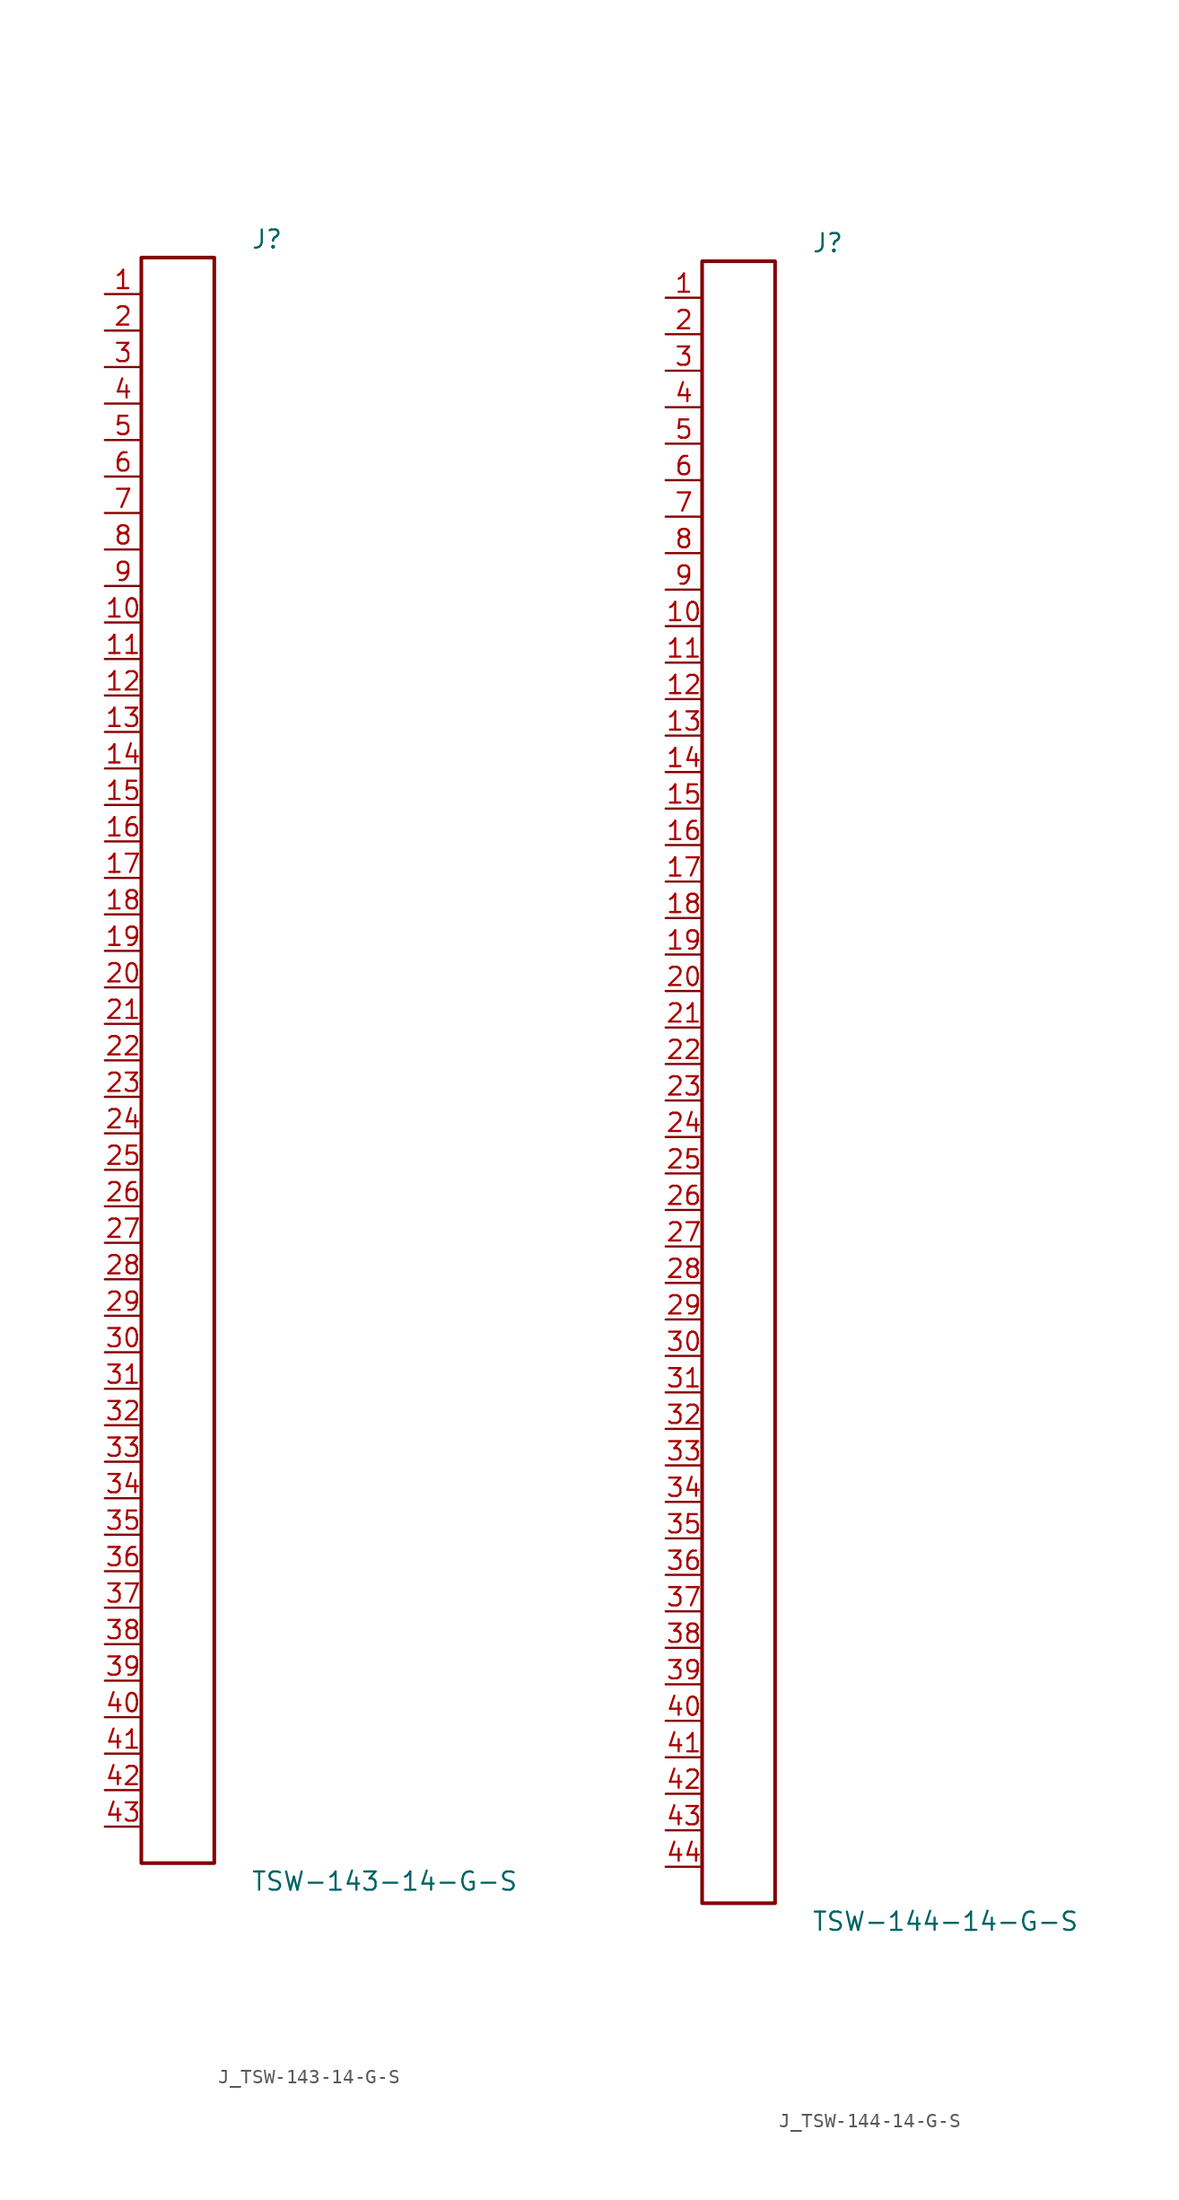
<source format=kicad_sym>
(kicad_symbol_lib
  (version 20231120)
  (generator kicad_symbol_editor)
  (generator_version 8.0)
  (symbol "J_TSW-143-14-G-S"
    (pin_names
      (offset 0.254))
    (property "Reference" "J"
      (at 5.08 57.15 0)
      (effects (font (size 1.27 1.27)) (justify left)))
    (property "Value" "TSW-143-14-G-S"
      (at 5.08 -57.15 0)
      (effects (font (size 1.27 1.27)) (justify left)))
    (symbol "J_TSW-143-14-G-S_0_0"
      (pin passive line (at -5.08 53.34 0) (length 2.54) (name "" (effects (font (size 1.27 1.27)))) (number "1" (effects (font (size 1.27 1.27)))))
      (pin passive line (at -5.08 50.8 0) (length 2.54) (name "" (effects (font (size 1.27 1.27)))) (number "2" (effects (font (size 1.27 1.27)))))
      (pin passive line (at -5.08 48.26 0) (length 2.54) (name "" (effects (font (size 1.27 1.27)))) (number "3" (effects (font (size 1.27 1.27)))))
      (pin passive line (at -5.08 45.72 0) (length 2.54) (name "" (effects (font (size 1.27 1.27)))) (number "4" (effects (font (size 1.27 1.27)))))
      (pin passive line (at -5.08 43.18 0) (length 2.54) (name "" (effects (font (size 1.27 1.27)))) (number "5" (effects (font (size 1.27 1.27)))))
      (pin passive line (at -5.08 40.64 0) (length 2.54) (name "" (effects (font (size 1.27 1.27)))) (number "6" (effects (font (size 1.27 1.27)))))
      (pin passive line (at -5.08 38.1 0) (length 2.54) (name "" (effects (font (size 1.27 1.27)))) (number "7" (effects (font (size 1.27 1.27)))))
      (pin passive line (at -5.08 35.56 0) (length 2.54) (name "" (effects (font (size 1.27 1.27)))) (number "8" (effects (font (size 1.27 1.27)))))
      (pin passive line (at -5.08 33.02 0) (length 2.54) (name "" (effects (font (size 1.27 1.27)))) (number "9" (effects (font (size 1.27 1.27)))))
      (pin passive line (at -5.08 30.48 0) (length 2.54) (name "" (effects (font (size 1.27 1.27)))) (number "10" (effects (font (size 1.27 1.27)))))
      (pin passive line (at -5.08 27.94 0) (length 2.54) (name "" (effects (font (size 1.27 1.27)))) (number "11" (effects (font (size 1.27 1.27)))))
      (pin passive line (at -5.08 25.4 0) (length 2.54) (name "" (effects (font (size 1.27 1.27)))) (number "12" (effects (font (size 1.27 1.27)))))
      (pin passive line (at -5.08 22.86 0) (length 2.54) (name "" (effects (font (size 1.27 1.27)))) (number "13" (effects (font (size 1.27 1.27)))))
      (pin passive line (at -5.08 20.32 0) (length 2.54) (name "" (effects (font (size 1.27 1.27)))) (number "14" (effects (font (size 1.27 1.27)))))
      (pin passive line (at -5.08 17.78 0) (length 2.54) (name "" (effects (font (size 1.27 1.27)))) (number "15" (effects (font (size 1.27 1.27)))))
      (pin passive line (at -5.08 15.24 0) (length 2.54) (name "" (effects (font (size 1.27 1.27)))) (number "16" (effects (font (size 1.27 1.27)))))
      (pin passive line (at -5.08 12.7 0) (length 2.54) (name "" (effects (font (size 1.27 1.27)))) (number "17" (effects (font (size 1.27 1.27)))))
      (pin passive line (at -5.08 10.16 0) (length 2.54) (name "" (effects (font (size 1.27 1.27)))) (number "18" (effects (font (size 1.27 1.27)))))
      (pin passive line (at -5.08 7.62 0) (length 2.54) (name "" (effects (font (size 1.27 1.27)))) (number "19" (effects (font (size 1.27 1.27)))))
      (pin passive line (at -5.08 5.08 0) (length 2.54) (name "" (effects (font (size 1.27 1.27)))) (number "20" (effects (font (size 1.27 1.27)))))
      (pin passive line (at -5.08 2.54 0) (length 2.54) (name "" (effects (font (size 1.27 1.27)))) (number "21" (effects (font (size 1.27 1.27)))))
      (pin passive line (at -5.08 0.0 0) (length 2.54) (name "" (effects (font (size 1.27 1.27)))) (number "22" (effects (font (size 1.27 1.27)))))
      (pin passive line (at -5.08 -2.54 0) (length 2.54) (name "" (effects (font (size 1.27 1.27)))) (number "23" (effects (font (size 1.27 1.27)))))
      (pin passive line (at -5.08 -5.08 0) (length 2.54) (name "" (effects (font (size 1.27 1.27)))) (number "24" (effects (font (size 1.27 1.27)))))
      (pin passive line (at -5.08 -7.62 0) (length 2.54) (name "" (effects (font (size 1.27 1.27)))) (number "25" (effects (font (size 1.27 1.27)))))
      (pin passive line (at -5.08 -10.16 0) (length 2.54) (name "" (effects (font (size 1.27 1.27)))) (number "26" (effects (font (size 1.27 1.27)))))
      (pin passive line (at -5.08 -12.7 0) (length 2.54) (name "" (effects (font (size 1.27 1.27)))) (number "27" (effects (font (size 1.27 1.27)))))
      (pin passive line (at -5.08 -15.24 0) (length 2.54) (name "" (effects (font (size 1.27 1.27)))) (number "28" (effects (font (size 1.27 1.27)))))
      (pin passive line (at -5.08 -17.78 0) (length 2.54) (name "" (effects (font (size 1.27 1.27)))) (number "29" (effects (font (size 1.27 1.27)))))
      (pin passive line (at -5.08 -20.32 0) (length 2.54) (name "" (effects (font (size 1.27 1.27)))) (number "30" (effects (font (size 1.27 1.27)))))
      (pin passive line (at -5.08 -22.86 0) (length 2.54) (name "" (effects (font (size 1.27 1.27)))) (number "31" (effects (font (size 1.27 1.27)))))
      (pin passive line (at -5.08 -25.4 0) (length 2.54) (name "" (effects (font (size 1.27 1.27)))) (number "32" (effects (font (size 1.27 1.27)))))
      (pin passive line (at -5.08 -27.94 0) (length 2.54) (name "" (effects (font (size 1.27 1.27)))) (number "33" (effects (font (size 1.27 1.27)))))
      (pin passive line (at -5.08 -30.48 0) (length 2.54) (name "" (effects (font (size 1.27 1.27)))) (number "34" (effects (font (size 1.27 1.27)))))
      (pin passive line (at -5.08 -33.02 0) (length 2.54) (name "" (effects (font (size 1.27 1.27)))) (number "35" (effects (font (size 1.27 1.27)))))
      (pin passive line (at -5.08 -35.56 0) (length 2.54) (name "" (effects (font (size 1.27 1.27)))) (number "36" (effects (font (size 1.27 1.27)))))
      (pin passive line (at -5.08 -38.1 0) (length 2.54) (name "" (effects (font (size 1.27 1.27)))) (number "37" (effects (font (size 1.27 1.27)))))
      (pin passive line (at -5.08 -40.64 0) (length 2.54) (name "" (effects (font (size 1.27 1.27)))) (number "38" (effects (font (size 1.27 1.27)))))
      (pin passive line (at -5.08 -43.18 0) (length 2.54) (name "" (effects (font (size 1.27 1.27)))) (number "39" (effects (font (size 1.27 1.27)))))
      (pin passive line (at -5.08 -45.72 0) (length 2.54) (name "" (effects (font (size 1.27 1.27)))) (number "40" (effects (font (size 1.27 1.27)))))
      (pin passive line (at -5.08 -48.26 0) (length 2.54) (name "" (effects (font (size 1.27 1.27)))) (number "41" (effects (font (size 1.27 1.27)))))
      (pin passive line (at -5.08 -50.8 0) (length 2.54) (name "" (effects (font (size 1.27 1.27)))) (number "42" (effects (font (size 1.27 1.27)))))
      (pin passive line (at -5.08 -53.34 0) (length 2.54) (name "" (effects (font (size 1.27 1.27)))) (number "43" (effects (font (size 1.27 1.27))))))
    (symbol "J_TSW-143-14-G-S_1_0"
      (rectangle (start -2.54 55.88) (end 2.54 -55.88) (stroke (width 0.254) (type solid)) (fill (type none)))))
  (symbol "J_TSW-144-14-G-S"
    (pin_names
      (offset 0.254))
    (property "Reference" "J"
      (at 5.08 58.42 0)
      (effects (font (size 1.27 1.27)) (justify left)))
    (property "Value" "TSW-144-14-G-S"
      (at 5.08 -58.42 0)
      (effects (font (size 1.27 1.27)) (justify left)))
    (symbol "J_TSW-144-14-G-S_0_0"
      (pin passive line (at -5.08 54.61 0) (length 2.54) (name "" (effects (font (size 1.27 1.27)))) (number "1" (effects (font (size 1.27 1.27)))))
      (pin passive line (at -5.08 52.07 0) (length 2.54) (name "" (effects (font (size 1.27 1.27)))) (number "2" (effects (font (size 1.27 1.27)))))
      (pin passive line (at -5.08 49.53 0) (length 2.54) (name "" (effects (font (size 1.27 1.27)))) (number "3" (effects (font (size 1.27 1.27)))))
      (pin passive line (at -5.08 46.99 0) (length 2.54) (name "" (effects (font (size 1.27 1.27)))) (number "4" (effects (font (size 1.27 1.27)))))
      (pin passive line (at -5.08 44.45 0) (length 2.54) (name "" (effects (font (size 1.27 1.27)))) (number "5" (effects (font (size 1.27 1.27)))))
      (pin passive line (at -5.08 41.91 0) (length 2.54) (name "" (effects (font (size 1.27 1.27)))) (number "6" (effects (font (size 1.27 1.27)))))
      (pin passive line (at -5.08 39.37 0) (length 2.54) (name "" (effects (font (size 1.27 1.27)))) (number "7" (effects (font (size 1.27 1.27)))))
      (pin passive line (at -5.08 36.83 0) (length 2.54) (name "" (effects (font (size 1.27 1.27)))) (number "8" (effects (font (size 1.27 1.27)))))
      (pin passive line (at -5.08 34.29 0) (length 2.54) (name "" (effects (font (size 1.27 1.27)))) (number "9" (effects (font (size 1.27 1.27)))))
      (pin passive line (at -5.08 31.75 0) (length 2.54) (name "" (effects (font (size 1.27 1.27)))) (number "10" (effects (font (size 1.27 1.27)))))
      (pin passive line (at -5.08 29.21 0) (length 2.54) (name "" (effects (font (size 1.27 1.27)))) (number "11" (effects (font (size 1.27 1.27)))))
      (pin passive line (at -5.08 26.67 0) (length 2.54) (name "" (effects (font (size 1.27 1.27)))) (number "12" (effects (font (size 1.27 1.27)))))
      (pin passive line (at -5.08 24.13 0) (length 2.54) (name "" (effects (font (size 1.27 1.27)))) (number "13" (effects (font (size 1.27 1.27)))))
      (pin passive line (at -5.08 21.59 0) (length 2.54) (name "" (effects (font (size 1.27 1.27)))) (number "14" (effects (font (size 1.27 1.27)))))
      (pin passive line (at -5.08 19.05 0) (length 2.54) (name "" (effects (font (size 1.27 1.27)))) (number "15" (effects (font (size 1.27 1.27)))))
      (pin passive line (at -5.08 16.51 0) (length 2.54) (name "" (effects (font (size 1.27 1.27)))) (number "16" (effects (font (size 1.27 1.27)))))
      (pin passive line (at -5.08 13.97 0) (length 2.54) (name "" (effects (font (size 1.27 1.27)))) (number "17" (effects (font (size 1.27 1.27)))))
      (pin passive line (at -5.08 11.43 0) (length 2.54) (name "" (effects (font (size 1.27 1.27)))) (number "18" (effects (font (size 1.27 1.27)))))
      (pin passive line (at -5.08 8.89 0) (length 2.54) (name "" (effects (font (size 1.27 1.27)))) (number "19" (effects (font (size 1.27 1.27)))))
      (pin passive line (at -5.08 6.35 0) (length 2.54) (name "" (effects (font (size 1.27 1.27)))) (number "20" (effects (font (size 1.27 1.27)))))
      (pin passive line (at -5.08 3.81 0) (length 2.54) (name "" (effects (font (size 1.27 1.27)))) (number "21" (effects (font (size 1.27 1.27)))))
      (pin passive line (at -5.08 1.27 0) (length 2.54) (name "" (effects (font (size 1.27 1.27)))) (number "22" (effects (font (size 1.27 1.27)))))
      (pin passive line (at -5.08 -1.27 0) (length 2.54) (name "" (effects (font (size 1.27 1.27)))) (number "23" (effects (font (size 1.27 1.27)))))
      (pin passive line (at -5.08 -3.81 0) (length 2.54) (name "" (effects (font (size 1.27 1.27)))) (number "24" (effects (font (size 1.27 1.27)))))
      (pin passive line (at -5.08 -6.35 0) (length 2.54) (name "" (effects (font (size 1.27 1.27)))) (number "25" (effects (font (size 1.27 1.27)))))
      (pin passive line (at -5.08 -8.89 0) (length 2.54) (name "" (effects (font (size 1.27 1.27)))) (number "26" (effects (font (size 1.27 1.27)))))
      (pin passive line (at -5.08 -11.43 0) (length 2.54) (name "" (effects (font (size 1.27 1.27)))) (number "27" (effects (font (size 1.27 1.27)))))
      (pin passive line (at -5.08 -13.97 0) (length 2.54) (name "" (effects (font (size 1.27 1.27)))) (number "28" (effects (font (size 1.27 1.27)))))
      (pin passive line (at -5.08 -16.51 0) (length 2.54) (name "" (effects (font (size 1.27 1.27)))) (number "29" (effects (font (size 1.27 1.27)))))
      (pin passive line (at -5.08 -19.05 0) (length 2.54) (name "" (effects (font (size 1.27 1.27)))) (number "30" (effects (font (size 1.27 1.27)))))
      (pin passive line (at -5.08 -21.59 0) (length 2.54) (name "" (effects (font (size 1.27 1.27)))) (number "31" (effects (font (size 1.27 1.27)))))
      (pin passive line (at -5.08 -24.13 0) (length 2.54) (name "" (effects (font (size 1.27 1.27)))) (number "32" (effects (font (size 1.27 1.27)))))
      (pin passive line (at -5.08 -26.67 0) (length 2.54) (name "" (effects (font (size 1.27 1.27)))) (number "33" (effects (font (size 1.27 1.27)))))
      (pin passive line (at -5.08 -29.21 0) (length 2.54) (name "" (effects (font (size 1.27 1.27)))) (number "34" (effects (font (size 1.27 1.27)))))
      (pin passive line (at -5.08 -31.75 0) (length 2.54) (name "" (effects (font (size 1.27 1.27)))) (number "35" (effects (font (size 1.27 1.27)))))
      (pin passive line (at -5.08 -34.29 0) (length 2.54) (name "" (effects (font (size 1.27 1.27)))) (number "36" (effects (font (size 1.27 1.27)))))
      (pin passive line (at -5.08 -36.83 0) (length 2.54) (name "" (effects (font (size 1.27 1.27)))) (number "37" (effects (font (size 1.27 1.27)))))
      (pin passive line (at -5.08 -39.37 0) (length 2.54) (name "" (effects (font (size 1.27 1.27)))) (number "38" (effects (font (size 1.27 1.27)))))
      (pin passive line (at -5.08 -41.91 0) (length 2.54) (name "" (effects (font (size 1.27 1.27)))) (number "39" (effects (font (size 1.27 1.27)))))
      (pin passive line (at -5.08 -44.45 0) (length 2.54) (name "" (effects (font (size 1.27 1.27)))) (number "40" (effects (font (size 1.27 1.27)))))
      (pin passive line (at -5.08 -46.99 0) (length 2.54) (name "" (effects (font (size 1.27 1.27)))) (number "41" (effects (font (size 1.27 1.27)))))
      (pin passive line (at -5.08 -49.53 0) (length 2.54) (name "" (effects (font (size 1.27 1.27)))) (number "42" (effects (font (size 1.27 1.27)))))
      (pin passive line (at -5.08 -52.07 0) (length 2.54) (name "" (effects (font (size 1.27 1.27)))) (number "43" (effects (font (size 1.27 1.27)))))
      (pin passive line (at -5.08 -54.61 0) (length 2.54) (name "" (effects (font (size 1.27 1.27)))) (number "44" (effects (font (size 1.27 1.27))))))
    (symbol "J_TSW-144-14-G-S_1_0"
      (rectangle (start -2.54 57.15) (end 2.54 -57.15) (stroke (width 0.254) (type solid)) (fill (type none))))))
</source>
